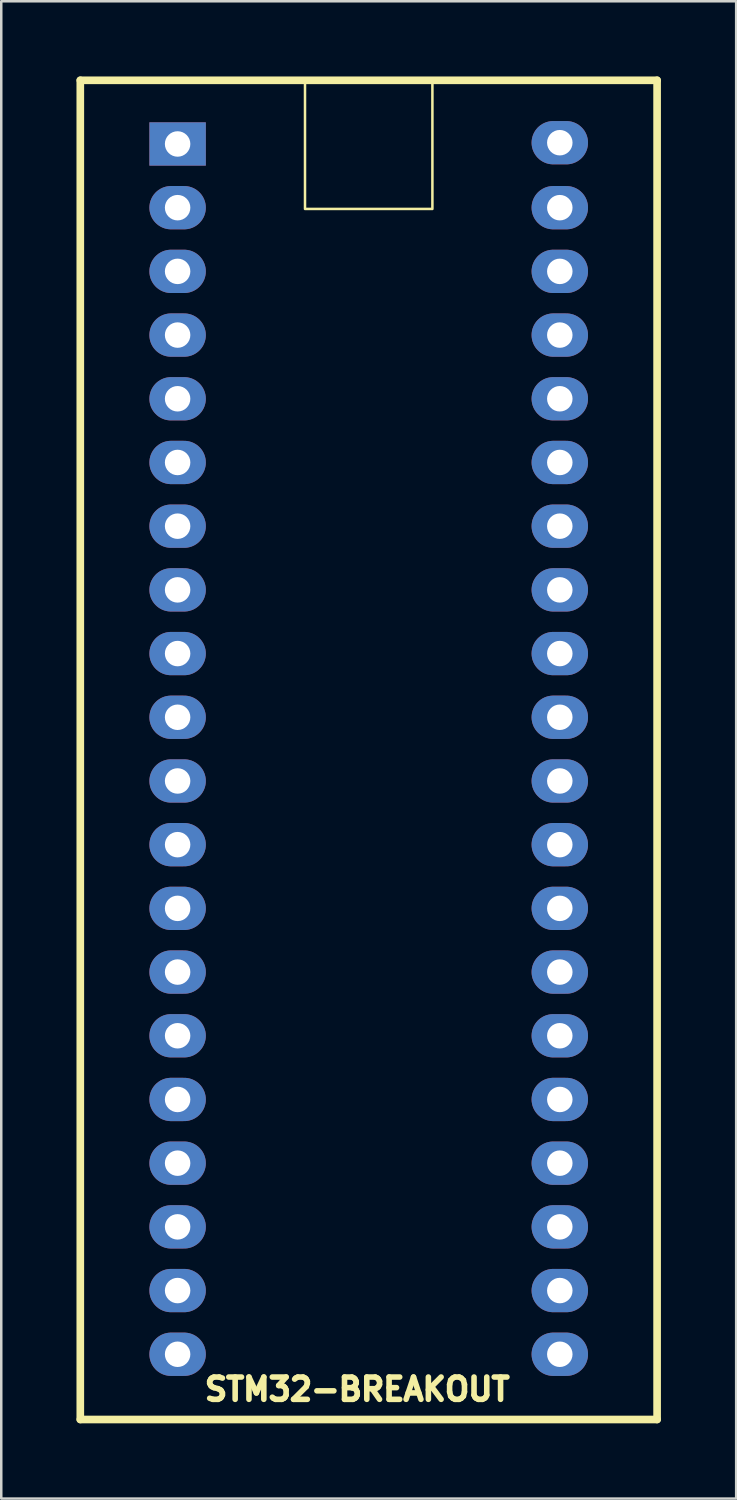
<source format=kicad_pcb>
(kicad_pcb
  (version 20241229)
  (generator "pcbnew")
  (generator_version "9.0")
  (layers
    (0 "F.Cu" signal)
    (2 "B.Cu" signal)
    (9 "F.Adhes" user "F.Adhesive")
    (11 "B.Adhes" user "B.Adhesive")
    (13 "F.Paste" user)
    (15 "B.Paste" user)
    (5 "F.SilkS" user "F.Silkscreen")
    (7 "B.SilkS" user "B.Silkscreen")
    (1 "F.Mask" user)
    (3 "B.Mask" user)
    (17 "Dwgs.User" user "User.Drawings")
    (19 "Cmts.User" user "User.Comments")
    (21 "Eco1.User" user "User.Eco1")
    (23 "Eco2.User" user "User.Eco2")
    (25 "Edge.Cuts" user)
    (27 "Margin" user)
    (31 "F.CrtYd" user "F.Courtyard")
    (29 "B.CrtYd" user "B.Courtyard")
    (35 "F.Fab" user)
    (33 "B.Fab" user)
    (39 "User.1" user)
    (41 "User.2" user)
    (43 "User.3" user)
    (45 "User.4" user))
  (footprint "STM32-BREAKOUT"
    (layer "F.Cu")
    (at 4.032 2.742)
    (property "Reference" "STM32-BREAKOUT" (at 7.163 49.606 180) (layer "F.SilkS") (effects (font (size 0.889 0.889) (thickness 0.305))))
    (attr through_hole)
    (fp_line (start -3.88 -2.59) (end 19.12 -2.59) (stroke (width 0.305) (type solid)) (layer "F.SilkS"))
    (fp_line (start -3.88 50.81) (end -3.88 -2.59) (stroke (width 0.305) (type solid)) (layer "F.SilkS"))
    (fp_line (start 19.12 -2.59) (end 19.12 50.81) (stroke (width 0.305) (type solid)) (layer "F.SilkS"))
    (fp_line (start 19.12 50.81) (end -3.88 50.81) (stroke (width 0.305) (type solid)) (layer "F.SilkS"))
    (fp_rect (start 5.08 -2.54) (end 10.16 2.54) (stroke (width 0.1) (type default)) (fill no) (layer "F.SilkS"))
    (pad "1" thru_hole rect (at 0 -0.051 270) (size 1.727 2.25) (drill 1.016) (layers "*.Cu" "*.Mask"))
    (pad "2" thru_hole oval (at 0 2.489 270) (size 1.727 2.25) (drill 1.016) (layers "*.Cu" "*.Mask"))
    (pad "3" thru_hole oval (at 0 5.029 270) (size 1.727 2.25) (drill 1.016) (layers "*.Cu" "*.Mask"))
    (pad "4" thru_hole oval (at 0 7.569 270) (size 1.727 2.25) (drill 1.016) (layers "*.Cu" "*.Mask"))
    (pad "5" thru_hole oval (at 0 10.109 270) (size 1.727 2.25) (drill 1.016) (layers "*.Cu" "*.Mask"))
    (pad "6" thru_hole oval (at 0 12.649 270) (size 1.727 2.25) (drill 1.016) (layers "*.Cu" "*.Mask"))
    (pad "7" thru_hole oval (at 0 15.189 270) (size 1.727 2.25) (drill 1.016) (layers "*.Cu" "*.Mask"))
    (pad "8" thru_hole oval (at 0 17.729 270) (size 1.727 2.25) (drill 1.016) (layers "*.Cu" "*.Mask"))
    (pad "9" thru_hole oval (at 0 20.269 270) (size 1.727 2.25) (drill 1.016) (layers "*.Cu" "*.Mask"))
    (pad "10" thru_hole oval (at 0 22.809 270) (size 1.727 2.25) (drill 1.016) (layers "*.Cu" "*.Mask"))
    (pad "11" thru_hole oval (at 0 25.349 270) (size 1.727 2.25) (drill 1.016) (layers "*.Cu" "*.Mask"))
    (pad "12" thru_hole oval (at 0 27.889 270) (size 1.727 2.25) (drill 1.016) (layers "*.Cu" "*.Mask"))
    (pad "13" thru_hole oval (at 0 30.429 270) (size 1.727 2.25) (drill 1.016) (layers "*.Cu" "*.Mask"))
    (pad "14" thru_hole oval (at 0 32.969 270) (size 1.727 2.25) (drill 1.016) (layers "*.Cu" "*.Mask"))
    (pad "15" thru_hole oval (at 0 35.509 270) (size 1.727 2.25) (drill 1.016) (layers "*.Cu" "*.Mask"))
    (pad "16" thru_hole oval (at 0 38.049 270) (size 1.727 2.25) (drill 1.016) (layers "*.Cu" "*.Mask"))
    (pad "17" thru_hole oval (at 0 40.589 270) (size 1.727 2.25) (drill 1.016) (layers "*.Cu" "*.Mask"))
    (pad "18" thru_hole oval (at 0 43.129 270) (size 1.727 2.25) (drill 1.016) (layers "*.Cu" "*.Mask"))
    (pad "19" thru_hole oval (at 0 45.669 270) (size 1.727 2.25) (drill 1.016) (layers "*.Cu" "*.Mask"))
    (pad "20" thru_hole oval (at 0 48.209 270) (size 1.727 2.25) (drill 1.016) (layers "*.Cu" "*.Mask"))
    (pad "21" thru_hole oval (at 15.24 48.209 270) (size 1.727 2.25) (drill 1.016) (layers "*.Cu" "*.Mask"))
    (pad "22" thru_hole oval (at 15.24 45.669 270) (size 1.727 2.25) (drill 1.016) (layers "*.Cu" "*.Mask"))
    (pad "23" thru_hole oval (at 15.24 43.129 270) (size 1.727 2.25) (drill 1.016) (layers "*.Cu" "*.Mask"))
    (pad "24" thru_hole oval (at 15.24 40.589 270) (size 1.727 2.25) (drill 1.016) (layers "*.Cu" "*.Mask"))
    (pad "25" thru_hole oval (at 15.24 38.049 270) (size 1.727 2.25) (drill 1.016) (layers "*.Cu" "*.Mask"))
    (pad "26" thru_hole oval (at 15.24 35.509 270) (size 1.727 2.25) (drill 1.016) (layers "*.Cu" "*.Mask"))
    (pad "27" thru_hole oval (at 15.24 32.969 270) (size 1.727 2.25) (drill 1.016) (layers "*.Cu" "*.Mask"))
    (pad "28" thru_hole oval (at 15.24 30.429 270) (size 1.727 2.25) (drill 1.016) (layers "*.Cu" "*.Mask"))
    (pad "29" thru_hole oval (at 15.24 27.889 270) (size 1.727 2.25) (drill 1.016) (layers "*.Cu" "*.Mask"))
    (pad "30" thru_hole oval (at 15.24 25.349 270) (size 1.727 2.25) (drill 1.016) (layers "*.Cu" "*.Mask"))
    (pad "31" thru_hole oval (at 15.24 22.809 270) (size 1.727 2.25) (drill 1.016) (layers "*.Cu" "*.Mask"))
    (pad "32" thru_hole oval (at 15.24 20.269 270) (size 1.727 2.25) (drill 1.016) (layers "*.Cu" "*.Mask"))
    (pad "33" thru_hole oval (at 15.24 17.729 270) (size 1.727 2.25) (drill 1.016) (layers "*.Cu" "*.Mask"))
    (pad "34" thru_hole oval (at 15.24 15.189 270) (size 1.727 2.25) (drill 1.016) (layers "*.Cu" "*.Mask"))
    (pad "35" thru_hole oval (at 15.24 12.649 270) (size 1.727 2.25) (drill 1.016) (layers "*.Cu" "*.Mask"))
    (pad "36" thru_hole oval (at 15.24 10.109 270) (size 1.727 2.25) (drill 1.016) (layers "*.Cu" "*.Mask"))
    (pad "37" thru_hole oval (at 15.24 7.569 270) (size 1.727 2.25) (drill 1.016) (layers "*.Cu" "*.Mask"))
    (pad "38" thru_hole oval (at 15.24 5.029 270) (size 1.727 2.25) (drill 1.016) (layers "*.Cu" "*.Mask"))
    (pad "39" thru_hole oval (at 15.24 2.489 270) (size 1.727 2.25) (drill 1.016) (layers "*.Cu" "*.Mask"))
    (pad "40" thru_hole oval (at 15.24 -0.102 270) (size 1.727 2.25) (drill 1.016) (layers "*.Cu" "*.Mask")))
  (gr_rect
    (start -3 -3)
    (end 26.305 56.705)
    (stroke (width 0.1) (type default))
    (fill no)
    (layer "Edge.Cuts")))
</source>
